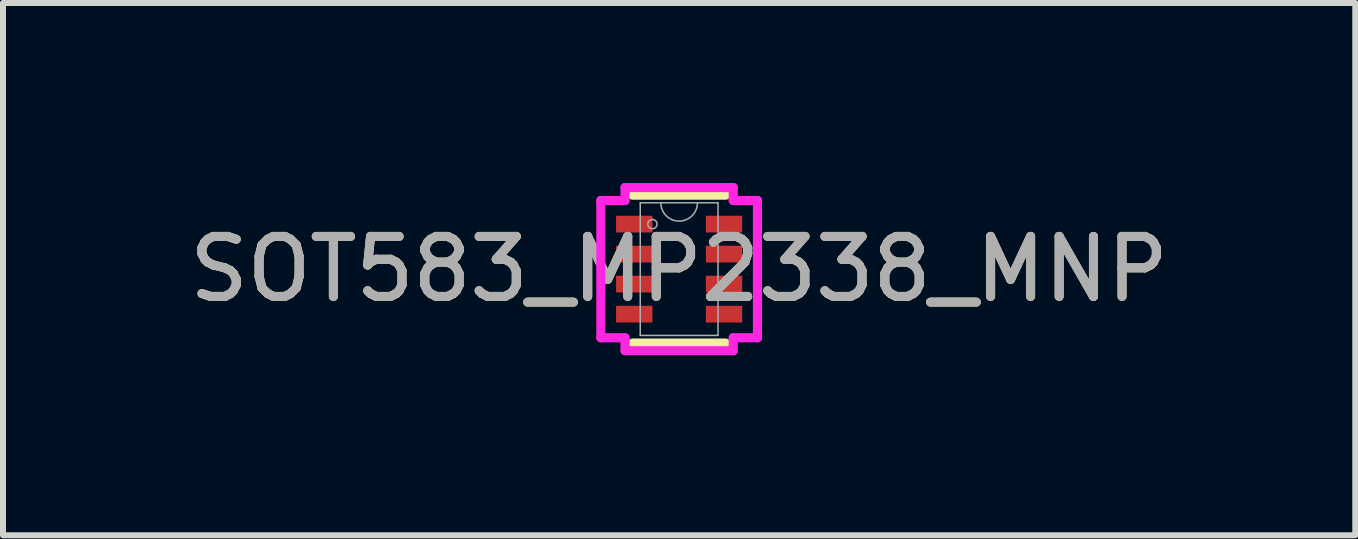
<source format=kicad_pcb>
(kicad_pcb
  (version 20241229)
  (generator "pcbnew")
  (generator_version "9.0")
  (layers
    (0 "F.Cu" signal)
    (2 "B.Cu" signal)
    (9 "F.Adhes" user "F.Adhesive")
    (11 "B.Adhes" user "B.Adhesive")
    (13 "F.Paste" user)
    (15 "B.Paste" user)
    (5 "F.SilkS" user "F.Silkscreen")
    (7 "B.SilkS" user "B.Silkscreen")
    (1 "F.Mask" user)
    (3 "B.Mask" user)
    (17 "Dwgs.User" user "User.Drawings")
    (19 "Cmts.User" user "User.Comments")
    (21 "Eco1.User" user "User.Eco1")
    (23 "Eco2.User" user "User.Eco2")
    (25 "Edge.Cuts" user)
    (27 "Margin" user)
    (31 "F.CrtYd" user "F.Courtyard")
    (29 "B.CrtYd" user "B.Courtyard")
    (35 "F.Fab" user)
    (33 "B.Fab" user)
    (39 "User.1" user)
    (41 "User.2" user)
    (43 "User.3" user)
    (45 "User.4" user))
  (footprint "SOT583_MP2338_MNP"
    (layer "F.Cu")
    (at 8.268 1.435)
    (property "Reference" "SOT583_MP2338_MNP" (at 0 0 0) (unlocked yes) (layer "F.SilkS") (effects (font (size 1 1) (thickness 0.15))))
    (attr smd)
    (fp_line (start -0.775 1.232) (end 0.775 1.232) (stroke (width 0.152) (type solid)) (layer "F.SilkS"))
    (fp_line (start 0.775 -1.232) (end -0.775 -1.232) (stroke (width 0.152) (type solid)) (layer "F.SilkS"))
    (fp_line (start -1.305 -1.144) (end -0.902 -1.144) (stroke (width 0.152) (type solid)) (layer "F.CrtYd"))
    (fp_line (start -1.305 1.144) (end -1.305 -1.144) (stroke (width 0.152) (type solid)) (layer "F.CrtYd"))
    (fp_line (start -0.902 -1.359) (end 0.902 -1.359) (stroke (width 0.152) (type solid)) (layer "F.CrtYd"))
    (fp_line (start -0.902 -1.144) (end -0.902 -1.359) (stroke (width 0.152) (type solid)) (layer "F.CrtYd"))
    (fp_line (start -0.902 1.144) (end -1.305 1.144) (stroke (width 0.152) (type solid)) (layer "F.CrtYd"))
    (fp_line (start -0.902 1.359) (end -0.902 1.144) (stroke (width 0.152) (type solid)) (layer "F.CrtYd"))
    (fp_line (start 0.902 -1.359) (end 0.902 -1.144) (stroke (width 0.152) (type solid)) (layer "F.CrtYd"))
    (fp_line (start 0.902 -1.144) (end 1.305 -1.144) (stroke (width 0.152) (type solid)) (layer "F.CrtYd"))
    (fp_line (start 0.902 1.144) (end 0.902 1.359) (stroke (width 0.152) (type solid)) (layer "F.CrtYd"))
    (fp_line (start 0.902 1.359) (end -0.902 1.359) (stroke (width 0.152) (type solid)) (layer "F.CrtYd"))
    (fp_line (start 1.305 -1.144) (end 1.305 1.144) (stroke (width 0.152) (type solid)) (layer "F.CrtYd"))
    (fp_line (start 1.305 1.144) (end 0.902 1.144) (stroke (width 0.152) (type solid)) (layer "F.CrtYd"))
    (fp_line (start -0.648 -1.105) (end -0.648 1.105) (stroke (width 0.025) (type solid)) (layer "F.Fab"))
    (fp_line (start -0.648 1.105) (end 0.648 1.105) (stroke (width 0.025) (type solid)) (layer "F.Fab"))
    (fp_line (start 0.648 -1.105) (end -0.648 -1.105) (stroke (width 0.025) (type solid)) (layer "F.Fab"))
    (fp_line (start 0.648 1.105) (end 0.648 -1.105) (stroke (width 0.025) (type solid)) (layer "F.Fab"))
    (fp_arc (start 0.3048 -1.1049) (mid 0 -0.8001) (end -0.3048 -1.1049) (stroke (width 0.0254) (type solid)) (layer "F.Fab"))
    (fp_circle (center -0.445 -0.75) (end -0.368 -0.75) (stroke (width 0.025) (type solid)) (fill no) (layer "F.Fab"))
    (fp_text user "${REFERENCE}" (at 0 0 0) (unlocked yes) (layer "F.Fab") (effects (font (size 1 1) (thickness 0.15))))
    (pad "1" smd rect (at -0.748 -0.75) (size 0.606 0.279) (layers "F.Cu" "F.Mask" "F.Paste"))
    (pad "2" smd rect (at -0.748 -0.25) (size 0.606 0.279) (layers "F.Cu" "F.Mask" "F.Paste"))
    (pad "3" smd rect (at -0.748 0.25) (size 0.606 0.279) (layers "F.Cu" "F.Mask" "F.Paste"))
    (pad "4" smd rect (at -0.748 0.75) (size 0.606 0.279) (layers "F.Cu" "F.Mask" "F.Paste"))
    (pad "5" smd rect (at 0.748 0.75) (size 0.606 0.279) (layers "F.Cu" "F.Mask" "F.Paste"))
    (pad "6" smd rect (at 0.748 0.25) (size 0.606 0.279) (layers "F.Cu" "F.Mask" "F.Paste"))
    (pad "7" smd rect (at 0.748 -0.25) (size 0.606 0.279) (layers "F.Cu" "F.Mask" "F.Paste"))
    (pad "8" smd rect (at 0.748 -0.75) (size 0.606 0.279) (layers "F.Cu" "F.Mask" "F.Paste")))
  (gr_rect
    (start -3 -3)
    (end 19.536 5.87)
    (stroke (width 0.1) (type default))
    (fill no)
    (layer "Edge.Cuts")))
</source>
